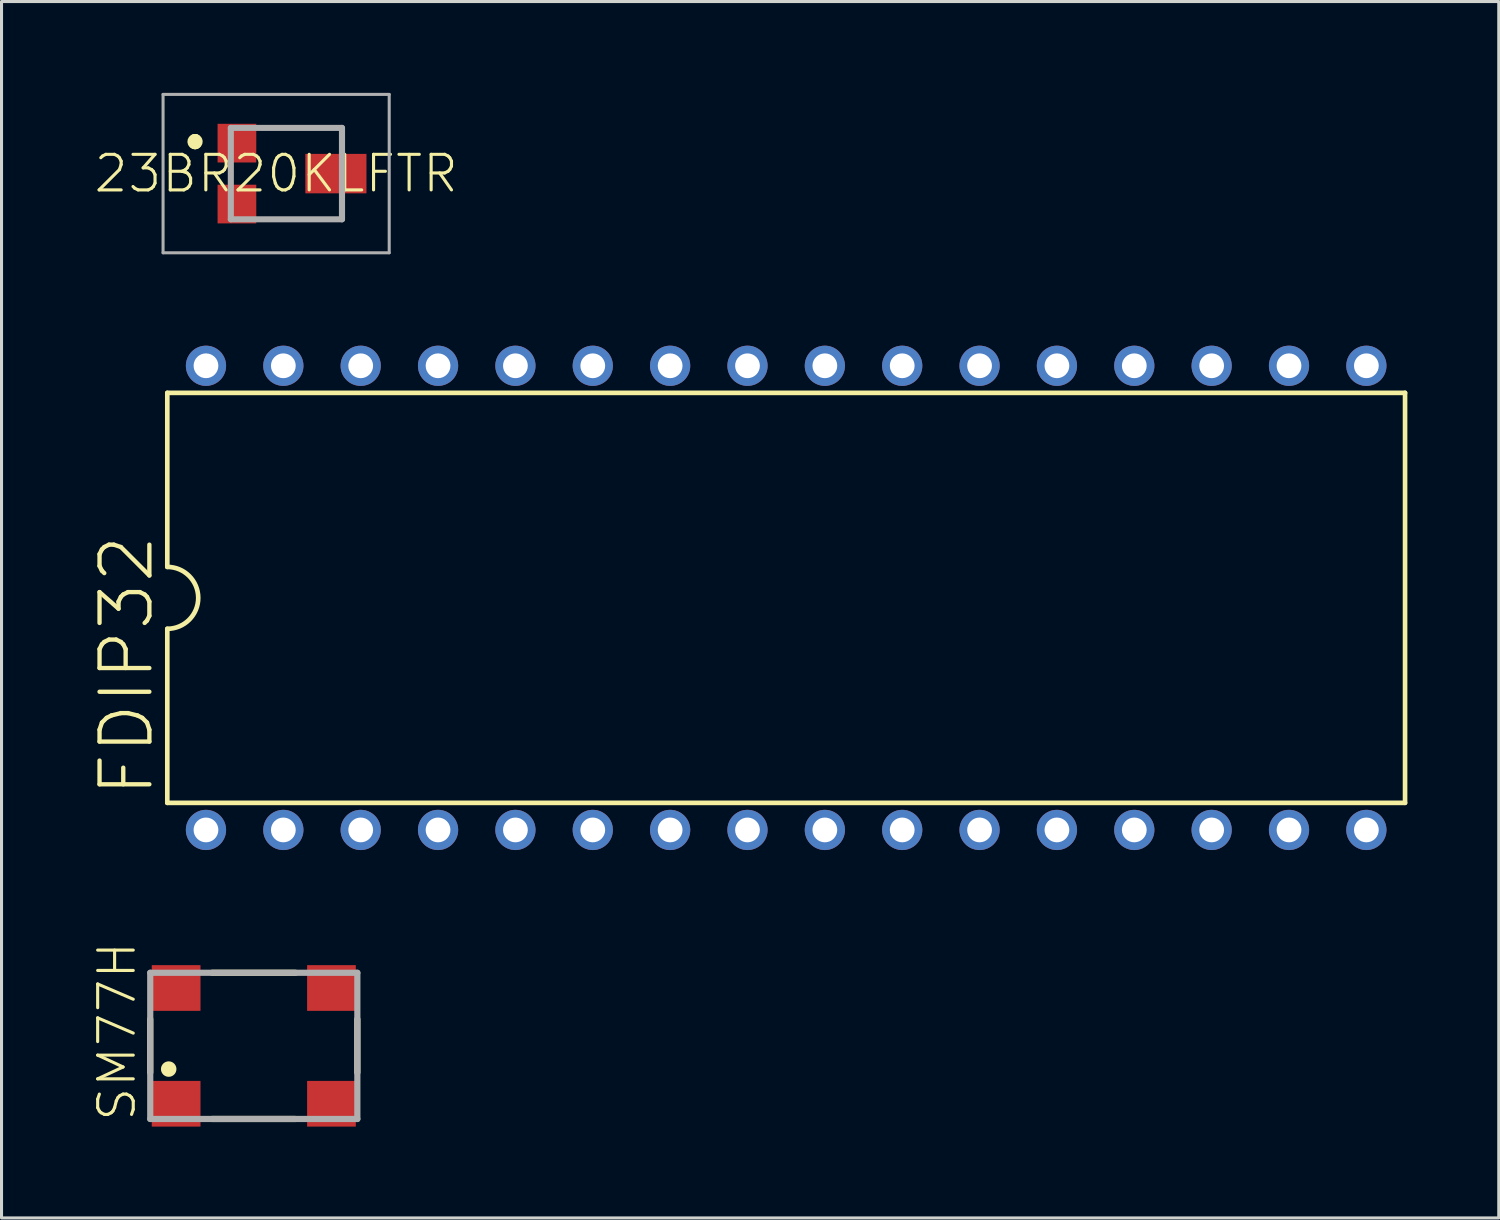
<source format=kicad_pcb>
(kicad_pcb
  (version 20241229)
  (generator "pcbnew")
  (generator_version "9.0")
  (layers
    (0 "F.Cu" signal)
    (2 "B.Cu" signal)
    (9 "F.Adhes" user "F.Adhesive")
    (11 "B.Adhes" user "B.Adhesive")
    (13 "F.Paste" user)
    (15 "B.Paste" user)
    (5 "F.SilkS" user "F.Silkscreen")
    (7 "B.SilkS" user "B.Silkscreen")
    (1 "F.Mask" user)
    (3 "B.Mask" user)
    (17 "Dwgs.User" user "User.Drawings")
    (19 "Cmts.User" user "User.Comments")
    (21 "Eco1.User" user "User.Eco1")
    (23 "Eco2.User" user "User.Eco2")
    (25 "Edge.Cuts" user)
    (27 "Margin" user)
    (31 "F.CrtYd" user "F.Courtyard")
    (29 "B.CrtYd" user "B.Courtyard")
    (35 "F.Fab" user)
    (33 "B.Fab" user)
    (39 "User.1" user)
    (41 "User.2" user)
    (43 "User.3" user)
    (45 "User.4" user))
  (footprint "23BR20KLFTR"
    (layer "F.Cu")
    (at 6.354 2.65)
    (property "Reference" "23BR20KLFTR" (at -0.337 0 0) (layer "F.SilkS") (effects (font (size 1.168 1.168) (thickness 0.102))))
    (fp_line (start -3 -1.1) (end -3 -1.1) (stroke (width 0.4) (type solid)) (layer "F.SilkS"))
    (fp_line (start -3 -1) (end -3 -1) (stroke (width 0.4) (type solid)) (layer "F.SilkS"))
    (fp_line (start -0.5 -1.5) (end 1.825 -1.5) (stroke (width 0.1) (type solid)) (layer "F.SilkS"))
    (fp_line (start -0.5 1.5) (end 1.825 1.5) (stroke (width 0.1) (type solid)) (layer "F.SilkS"))
    (fp_arc (start -3 -1.1) (mid -2.95 -1.05) (end -3 -1) (stroke (width 0.4) (type solid)) (layer "F.SilkS"))
    (fp_arc (start -3 -1) (mid -3.05 -1.05) (end -3 -1.1) (stroke (width 0.4) (type solid)) (layer "F.SilkS"))
    (fp_line (start -4.05 -2.6) (end 3.375 -2.6) (stroke (width 0.1) (type solid)) (layer "F.Fab"))
    (fp_line (start -4.05 2.6) (end -4.05 -2.6) (stroke (width 0.1) (type solid)) (layer "F.Fab"))
    (fp_line (start -1.825 -1.5) (end 1.825 -1.5) (stroke (width 0.2) (type solid)) (layer "F.Fab"))
    (fp_line (start -1.825 1.5) (end -1.825 -1.5) (stroke (width 0.2) (type solid)) (layer "F.Fab"))
    (fp_line (start 1.825 -1.5) (end 1.825 1.5) (stroke (width 0.201) (type solid)) (layer "F.Fab"))
    (fp_line (start 1.825 1.5) (end -1.825 1.5) (stroke (width 0.2) (type solid)) (layer "F.Fab"))
    (fp_line (start 3.375 -2.6) (end 3.375 2.6) (stroke (width 0.1) (type solid)) (layer "F.Fab"))
    (fp_line (start 3.375 2.6) (end -4.05 2.6) (stroke (width 0.1) (type solid)) (layer "F.Fab"))
    (pad "1" smd rect (at -1.625 -1) (size 1.27 1.27) (layers "F.Cu" "F.Mask" "F.Paste"))
    (pad "2" smd rect (at 1.625 0 90) (size 1.295 2.007) (layers "F.Cu" "F.Mask" "F.Paste"))
    (pad "3" smd rect (at -1.625 1) (size 1.27 1.27) (layers "F.Cu" "F.Mask" "F.Paste")))
  (footprint "SM77H"
    (layer "F.Cu")
    (at 5.283 31.29)
    (property "Reference" "SM77H" (at -3.81 2.54 90) (layer "F.SilkS") (effects (font (size 1.168 1.168) (thickness 0.102)) (justify left bottom)))
    (fp_line (start -3.4 -0.876) (end -3.4 0.876) (stroke (width 0.203) (type solid)) (layer "F.SilkS"))
    (fp_line (start -1.368 2.4) (end 1.368 2.4) (stroke (width 0.203) (type solid)) (layer "F.SilkS"))
    (fp_line (start 1.368 -2.4) (end -1.368 -2.4) (stroke (width 0.203) (type solid)) (layer "F.SilkS"))
    (fp_line (start 3.4 0.876) (end 3.4 -0.876) (stroke (width 0.203) (type solid)) (layer "F.SilkS"))
    (fp_circle (center -2.794 0.762) (end -2.667 0.762) (stroke (width 0.254) (type solid)) (fill yes) (layer "F.SilkS"))
    (fp_line (start -3.4 -2.4) (end -3.4 2.4) (stroke (width 0.203) (type solid)) (layer "F.Fab"))
    (fp_line (start -3.4 2.4) (end 3.4 2.4) (stroke (width 0.203) (type solid)) (layer "F.Fab"))
    (fp_line (start 3.4 -2.4) (end -3.4 -2.4) (stroke (width 0.203) (type solid)) (layer "F.Fab"))
    (fp_line (start 3.4 2.4) (end 3.4 -2.4) (stroke (width 0.203) (type solid)) (layer "F.Fab"))
    (pad "1" smd rect (at -2.55 1.9 90) (size 1.5 1.6) (layers "F.Cu" "F.Mask" "F.Paste"))
    (pad "2" smd rect (at 2.55 1.9 90) (size 1.5 1.6) (layers "F.Cu" "F.Mask" "F.Paste"))
    (pad "3" smd rect (at 2.55 -1.9 270) (size 1.5 1.6) (layers "F.Cu" "F.Mask" "F.Paste"))
    (pad "4" smd rect (at -2.55 -1.9 270) (size 1.5 1.6) (layers "F.Cu" "F.Mask" "F.Paste")))
  (footprint "FDIP32"
    (layer "F.Cu")
    (at 22.763 16.58)
    (property "Reference" "FDIP32" (at -20.701 6.604 90) (layer "F.SilkS") (effects (font (size 1.636 1.636) (thickness 0.142)) (justify left bottom)))
    (fp_line (start -20.32 -6.731) (end -20.32 -1.016) (stroke (width 0.152) (type solid)) (layer "F.SilkS"))
    (fp_line (start -20.32 6.731) (end -20.32 1.016) (stroke (width 0.152) (type solid)) (layer "F.SilkS"))
    (fp_line (start -20.32 6.731) (end 20.32 6.731) (stroke (width 0.152) (type solid)) (layer "F.SilkS"))
    (fp_line (start 20.32 -6.731) (end -20.32 -6.731) (stroke (width 0.152) (type solid)) (layer "F.SilkS"))
    (fp_line (start 20.32 -6.731) (end 20.32 6.731) (stroke (width 0.152) (type solid)) (layer "F.SilkS"))
    (fp_arc (start -20.32 -1.016) (mid -19.304 0) (end -20.32 1.016) (stroke (width 0.1524) (type solid)) (layer "F.SilkS"))
    (pad "1" thru_hole circle (at -19.05 7.62 90) (size 1.321 1.321) (drill 0.813) (layers "*.Cu" "*.Mask"))
    (pad "2" thru_hole circle (at -16.51 7.62 90) (size 1.321 1.321) (drill 0.813) (layers "*.Cu" "*.Mask"))
    (pad "3" thru_hole circle (at -13.97 7.62 90) (size 1.321 1.321) (drill 0.813) (layers "*.Cu" "*.Mask"))
    (pad "4" thru_hole circle (at -11.43 7.62 90) (size 1.321 1.321) (drill 0.813) (layers "*.Cu" "*.Mask"))
    (pad "5" thru_hole circle (at -8.89 7.62 90) (size 1.321 1.321) (drill 0.813) (layers "*.Cu" "*.Mask"))
    (pad "6" thru_hole circle (at -6.35 7.62 90) (size 1.321 1.321) (drill 0.813) (layers "*.Cu" "*.Mask"))
    (pad "7" thru_hole circle (at -3.81 7.62 90) (size 1.321 1.321) (drill 0.813) (layers "*.Cu" "*.Mask"))
    (pad "8" thru_hole circle (at -1.27 7.62 90) (size 1.321 1.321) (drill 0.813) (layers "*.Cu" "*.Mask"))
    (pad "9" thru_hole circle (at 1.27 7.62 90) (size 1.321 1.321) (drill 0.813) (layers "*.Cu" "*.Mask"))
    (pad "10" thru_hole circle (at 3.81 7.62 90) (size 1.321 1.321) (drill 0.813) (layers "*.Cu" "*.Mask"))
    (pad "11" thru_hole circle (at 6.35 7.62 90) (size 1.321 1.321) (drill 0.813) (layers "*.Cu" "*.Mask"))
    (pad "12" thru_hole circle (at 8.89 7.62 90) (size 1.321 1.321) (drill 0.813) (layers "*.Cu" "*.Mask"))
    (pad "13" thru_hole circle (at 11.43 7.62 90) (size 1.321 1.321) (drill 0.813) (layers "*.Cu" "*.Mask"))
    (pad "14" thru_hole circle (at 13.97 7.62 90) (size 1.321 1.321) (drill 0.813) (layers "*.Cu" "*.Mask"))
    (pad "15" thru_hole circle (at 16.51 7.62 90) (size 1.321 1.321) (drill 0.813) (layers "*.Cu" "*.Mask"))
    (pad "16" thru_hole circle (at 19.05 7.62 90) (size 1.321 1.321) (drill 0.813) (layers "*.Cu" "*.Mask"))
    (pad "17" thru_hole circle (at 19.05 -7.62 90) (size 1.321 1.321) (drill 0.813) (layers "*.Cu" "*.Mask"))
    (pad "18" thru_hole circle (at 16.51 -7.62 90) (size 1.321 1.321) (drill 0.813) (layers "*.Cu" "*.Mask"))
    (pad "19" thru_hole circle (at 13.97 -7.62 90) (size 1.321 1.321) (drill 0.813) (layers "*.Cu" "*.Mask"))
    (pad "20" thru_hole circle (at 11.43 -7.62 90) (size 1.321 1.321) (drill 0.813) (layers "*.Cu" "*.Mask"))
    (pad "21" thru_hole circle (at 8.89 -7.62 90) (size 1.321 1.321) (drill 0.813) (layers "*.Cu" "*.Mask"))
    (pad "22" thru_hole circle (at 6.35 -7.62 90) (size 1.321 1.321) (drill 0.813) (layers "*.Cu" "*.Mask"))
    (pad "23" thru_hole circle (at 3.81 -7.62 90) (size 1.321 1.321) (drill 0.813) (layers "*.Cu" "*.Mask"))
    (pad "24" thru_hole circle (at 1.27 -7.62 90) (size 1.321 1.321) (drill 0.813) (layers "*.Cu" "*.Mask"))
    (pad "25" thru_hole circle (at -1.27 -7.62 90) (size 1.321 1.321) (drill 0.813) (layers "*.Cu" "*.Mask"))
    (pad "26" thru_hole circle (at -3.81 -7.62 90) (size 1.321 1.321) (drill 0.813) (layers "*.Cu" "*.Mask"))
    (pad "27" thru_hole circle (at -6.35 -7.62 90) (size 1.321 1.321) (drill 0.813) (layers "*.Cu" "*.Mask"))
    (pad "28" thru_hole circle (at -8.89 -7.62 90) (size 1.321 1.321) (drill 0.813) (layers "*.Cu" "*.Mask"))
    (pad "29" thru_hole circle (at -11.43 -7.62 90) (size 1.321 1.321) (drill 0.813) (layers "*.Cu" "*.Mask"))
    (pad "30" thru_hole circle (at -13.97 -7.62 90) (size 1.321 1.321) (drill 0.813) (layers "*.Cu" "*.Mask"))
    (pad "31" thru_hole circle (at -16.51 -7.62 90) (size 1.321 1.321) (drill 0.813) (layers "*.Cu" "*.Mask"))
    (pad "32" thru_hole circle (at -19.05 -7.62 90) (size 1.321 1.321) (drill 0.813) (layers "*.Cu" "*.Mask")))
  (gr_rect
    (start -3 -3)
    (end 46.16 36.94)
    (stroke (width 0.1) (type default))
    (fill no)
    (layer "Edge.Cuts")))
</source>
